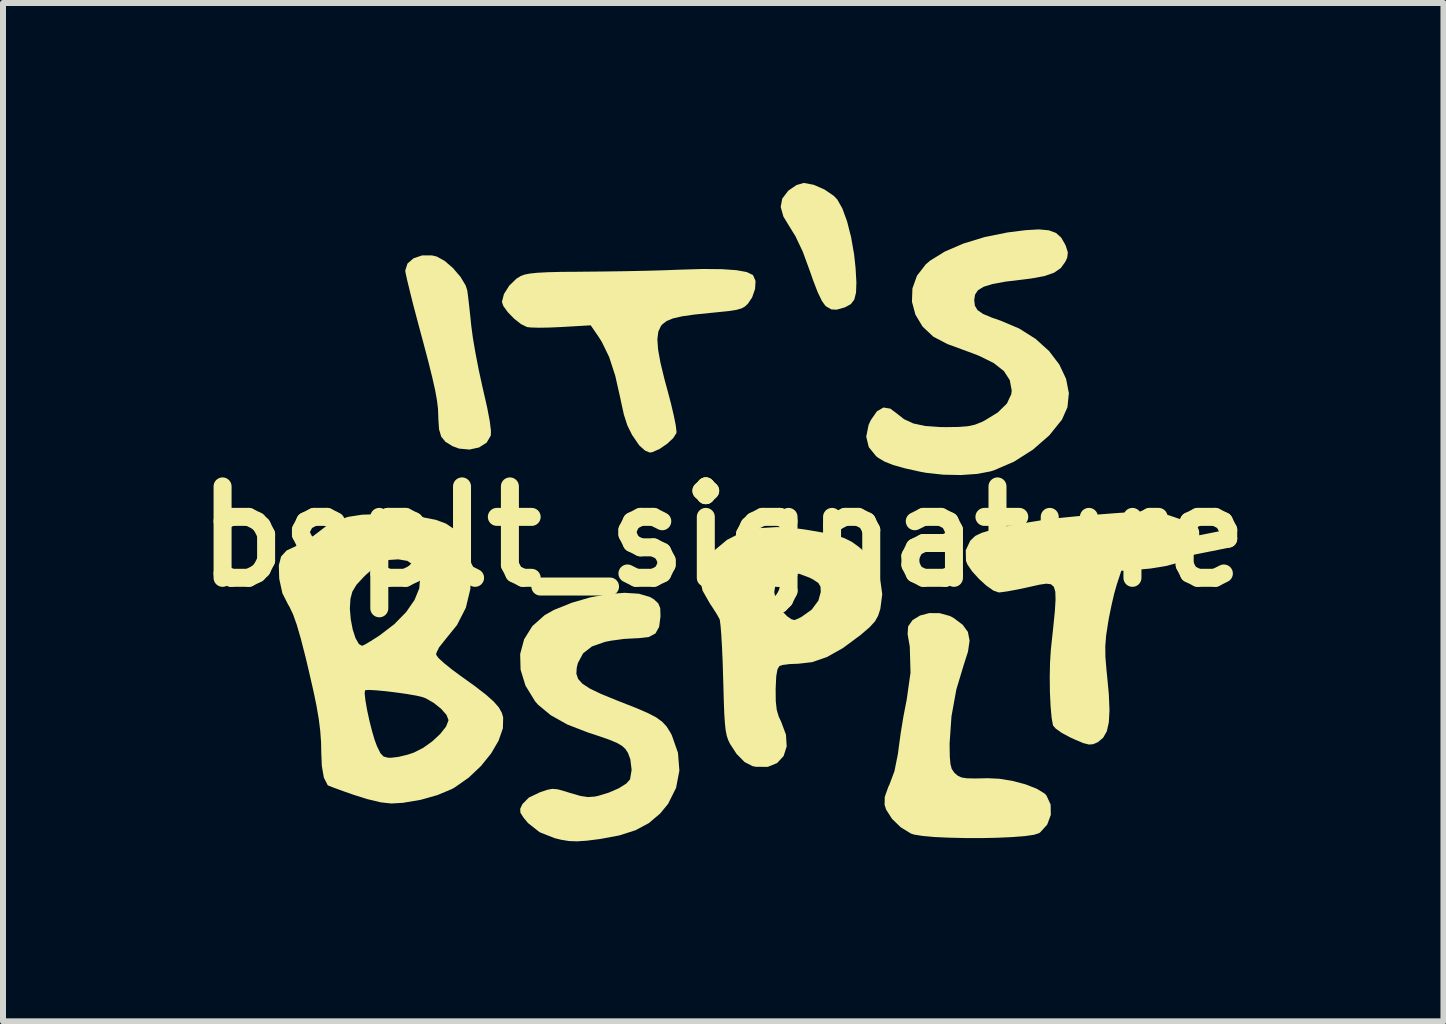
<source format=kicad_pcb>
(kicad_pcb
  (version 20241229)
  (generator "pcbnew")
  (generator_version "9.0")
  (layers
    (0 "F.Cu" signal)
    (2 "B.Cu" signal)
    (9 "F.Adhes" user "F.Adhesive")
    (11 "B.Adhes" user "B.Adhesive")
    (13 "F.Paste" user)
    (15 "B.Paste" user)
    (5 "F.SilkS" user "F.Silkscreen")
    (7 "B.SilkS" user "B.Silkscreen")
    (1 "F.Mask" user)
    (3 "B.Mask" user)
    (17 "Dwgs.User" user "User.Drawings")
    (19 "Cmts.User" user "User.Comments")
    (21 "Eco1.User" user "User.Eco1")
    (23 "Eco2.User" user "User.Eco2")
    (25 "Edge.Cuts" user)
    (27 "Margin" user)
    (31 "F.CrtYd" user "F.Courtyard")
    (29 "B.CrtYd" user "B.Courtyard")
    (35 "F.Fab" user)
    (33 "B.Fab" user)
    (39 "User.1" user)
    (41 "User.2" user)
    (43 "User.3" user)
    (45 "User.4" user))
  (footprint "bsplt_signature"
    (layer "F.Cu")
    (at 9.006 5.893)
    (property "Reference" "bsplt_signature" (at 0 0 0) (layer "F.SilkS") (effects (font (size 1.524 1.524) (thickness 0.3))))
    (attr board_only exclude_from_pos_files exclude_from_bom)
    (fp_poly (pts (xy 1.51 -5.862) (xy 1.688 -5.784) (xy 1.842 -5.679) (xy 1.901 -5.618) (xy 1.985 -5.47) (xy 2.064 -5.255) (xy 2.131 -4.993) (xy 2.182 -4.702) (xy 2.206 -4.477) (xy 2.22 -4.237) (xy 2.214 -4.066) (xy 2.185 -3.949) (xy 2.128 -3.874) (xy 2.04 -3.825) (xy 2.023 -3.818) (xy 1.892 -3.781) (xy 1.803 -3.785) (xy 1.719 -3.833) (xy 1.701 -3.848) (xy 1.645 -3.926) (xy 1.574 -4.074) (xy 1.494 -4.282) (xy 1.447 -4.418) (xy 1.326 -4.748) (xy 1.203 -5.007) (xy 1.121 -5.139) (xy 1.003 -5.333) (xy 0.958 -5.494) (xy 0.984 -5.632) (xy 1.081 -5.76) (xy 1.095 -5.772) (xy 1.221 -5.858) (xy 1.341 -5.893) (xy 1.347 -5.893)) (stroke (width 0) (type solid)) (fill yes) (layer "F.SilkS"))
    (fp_poly (pts (xy -4.774 -4.666) (xy -4.642 -4.593) (xy -4.503 -4.472) (xy -4.379 -4.327) (xy -4.292 -4.182) (xy -4.266 -4.098) (xy -4.253 -4) (xy -4.235 -3.842) (xy -4.214 -3.65) (xy -4.201 -3.52) (xy -4.173 -3.309) (xy -4.128 -3.048) (xy -4.073 -2.765) (xy -4.013 -2.491) (xy -4 -2.435) (xy -3.935 -2.15) (xy -3.892 -1.924) (xy -3.872 -1.764) (xy -3.874 -1.683) (xy -3.944 -1.564) (xy -4.07 -1.484) (xy -4.23 -1.449) (xy -4.404 -1.465) (xy -4.516 -1.507) (xy -4.631 -1.579) (xy -4.701 -1.664) (xy -4.737 -1.785) (xy -4.749 -1.963) (xy -4.75 -2.012) (xy -4.755 -2.132) (xy -4.772 -2.271) (xy -4.803 -2.442) (xy -4.851 -2.655) (xy -4.918 -2.924) (xy -5.007 -3.261) (xy -5.025 -3.326) (xy -5.101 -3.611) (xy -5.17 -3.872) (xy -5.226 -4.098) (xy -5.269 -4.275) (xy -5.295 -4.393) (xy -5.301 -4.433) (xy -5.263 -4.55) (xy -5.163 -4.637) (xy -5.021 -4.685) (xy -4.857 -4.686)) (stroke (width 0) (type solid)) (fill yes) (layer "F.SilkS"))
    (fp_poly (pts (xy 3.607 1.278) (xy 3.777 1.325) (xy 3.843 1.36) (xy 3.992 1.472) (xy 4.079 1.592) (xy 4.107 1.737) (xy 4.08 1.921) (xy 4.009 2.142) (xy 3.886 2.551) (xy 3.805 2.998) (xy 3.774 3.446) (xy 3.774 3.482) (xy 3.777 3.671) (xy 3.788 3.795) (xy 3.81 3.876) (xy 3.848 3.932) (xy 3.859 3.944) (xy 3.911 3.989) (xy 3.973 4.017) (xy 4.061 4.031) (xy 4.196 4.034) (xy 4.396 4.03) (xy 4.398 4.029) (xy 4.606 4.039) (xy 4.828 4.076) (xy 5.042 4.133) (xy 5.226 4.205) (xy 5.356 4.284) (xy 5.388 4.317) (xy 5.458 4.469) (xy 5.461 4.64) (xy 5.401 4.803) (xy 5.282 4.934) (xy 5.266 4.945) (xy 5.18 4.973) (xy 5.025 4.995) (xy 4.817 5.011) (xy 4.571 5.022) (xy 4.303 5.028) (xy 4.029 5.027) (xy 3.764 5.021) (xy 3.523 5.01) (xy 3.323 4.992) (xy 3.18 4.969) (xy 3.129 4.952) (xy 2.959 4.848) (xy 2.814 4.707) (xy 2.716 4.554) (xy 2.69 4.474) (xy 2.693 4.341) (xy 2.752 4.174) (xy 2.773 4.131) (xy 2.854 3.913) (xy 2.912 3.625) (xy 2.926 3.517) (xy 2.959 3.276) (xy 3.003 3.006) (xy 3.051 2.759) (xy 3.058 2.724) (xy 3.122 2.271) (xy 3.11 1.838) (xy 3.074 1.629) (xy 3.082 1.5) (xy 3.156 1.394) (xy 3.28 1.318) (xy 3.435 1.277)) (stroke (width 0) (type solid)) (fill yes) (layer "F.SilkS"))
    (fp_poly (pts (xy -0.021 -4.456) (xy 0.222 -4.439) (xy 0.392 -4.408) (xy 0.49 -4.361) (xy 0.498 -4.354) (xy 0.539 -4.26) (xy 0.531 -4.127) (xy 0.482 -3.985) (xy 0.412 -3.881) (xy 0.364 -3.835) (xy 0.305 -3.802) (xy 0.217 -3.777) (xy 0.085 -3.757) (xy -0.11 -3.737) (xy -0.191 -3.729) (xy -0.475 -3.7) (xy -0.686 -3.67) (xy -0.838 -3.635) (xy -0.943 -3.592) (xy -1.013 -3.538) (xy -1.039 -3.507) (xy -1.082 -3.414) (xy -1.098 -3.288) (xy -1.086 -3.118) (xy -1.046 -2.895) (xy -0.976 -2.608) (xy -0.929 -2.436) (xy -0.87 -2.212) (xy -0.823 -2.012) (xy -0.791 -1.852) (xy -0.779 -1.748) (xy -0.78 -1.724) (xy -0.835 -1.638) (xy -0.939 -1.542) (xy -1.063 -1.458) (xy -1.18 -1.406) (xy -1.224 -1.399) (xy -1.304 -1.432) (xy -1.394 -1.513) (xy -1.413 -1.537) (xy -1.52 -1.694) (xy -1.597 -1.849) (xy -1.656 -2.031) (xy -1.708 -2.268) (xy -1.713 -2.295) (xy -1.8 -2.68) (xy -1.902 -2.993) (xy -2.025 -3.246) (xy -2.077 -3.328) (xy -2.209 -3.52) (xy -2.689 -3.492) (xy -2.892 -3.483) (xy -3.072 -3.48) (xy -3.207 -3.484) (xy -3.27 -3.491) (xy -3.37 -3.54) (xy -3.485 -3.63) (xy -3.591 -3.739) (xy -3.666 -3.843) (xy -3.689 -3.912) (xy -3.655 -4.042) (xy -3.567 -4.181) (xy -3.447 -4.298) (xy -3.375 -4.342) (xy -3.31 -4.366) (xy -3.222 -4.383) (xy -3.098 -4.396) (xy -2.927 -4.405) (xy -2.697 -4.411) (xy -2.397 -4.413) (xy -2.326 -4.414) (xy -1.999 -4.417) (xy -1.647 -4.422) (xy -1.297 -4.429) (xy -0.979 -4.438) (xy -0.742 -4.447) (xy -0.341 -4.459)) (stroke (width 0) (type solid)) (fill yes) (layer "F.SilkS"))
    (fp_poly (pts (xy 7.184 -0.41) (xy 7.271 -0.397) (xy 7.353 -0.377) (xy 7.442 -0.349) (xy 7.527 -0.32) (xy 7.687 -0.264) (xy 7.817 -0.213) (xy 7.894 -0.176) (xy 7.905 -0.168) (xy 7.933 -0.092) (xy 7.936 0.029) (xy 7.915 0.162) (xy 7.873 0.271) (xy 7.868 0.278) (xy 7.774 0.359) (xy 7.608 0.431) (xy 7.387 0.491) (xy 7.124 0.534) (xy 6.975 0.548) (xy 6.636 0.572) (xy 6.561 0.8) (xy 6.519 0.947) (xy 6.473 1.144) (xy 6.43 1.356) (xy 6.416 1.436) (xy 6.383 1.651) (xy 6.369 1.83) (xy 6.371 2.01) (xy 6.389 2.227) (xy 6.396 2.292) (xy 6.428 2.631) (xy 6.439 2.896) (xy 6.428 3.099) (xy 6.394 3.249) (xy 6.334 3.354) (xy 6.249 3.426) (xy 6.236 3.433) (xy 6.166 3.463) (xy 6.096 3.468) (xy 6.004 3.445) (xy 5.868 3.388) (xy 5.781 3.348) (xy 5.645 3.275) (xy 5.543 3.203) (xy 5.497 3.15) (xy 5.474 3.02) (xy 5.457 2.827) (xy 5.446 2.595) (xy 5.443 2.345) (xy 5.448 2.1) (xy 5.462 1.882) (xy 5.466 1.845) (xy 5.502 1.509) (xy 5.528 1.249) (xy 5.54 1.056) (xy 5.536 0.922) (xy 5.511 0.838) (xy 5.462 0.796) (xy 5.387 0.787) (xy 5.28 0.802) (xy 5.14 0.833) (xy 5.069 0.849) (xy 4.889 0.887) (xy 4.73 0.916) (xy 4.619 0.931) (xy 4.592 0.933) (xy 4.503 0.901) (xy 4.386 0.819) (xy 4.262 0.706) (xy 4.149 0.581) (xy 4.07 0.465) (xy 4.047 0.407) (xy 4.043 0.23) (xy 4.117 0.072) (xy 4.201 -0.009) (xy 4.304 -0.059) (xy 4.478 -0.112) (xy 4.709 -0.167) (xy 4.983 -0.219) (xy 5.285 -0.267) (xy 5.601 -0.308) (xy 5.915 -0.339) (xy 6.272 -0.368) (xy 6.556 -0.39) (xy 6.777 -0.405) (xy 6.948 -0.414) (xy 7.08 -0.415)) (stroke (width 0) (type solid)) (fill yes) (layer "F.SilkS"))
    (fp_poly (pts (xy 1.276 -0.128) (xy 1.424 -0.106) (xy 1.684 -0.061) (xy 1.878 -0.018) (xy 2.025 0.03) (xy 2.144 0.09) (xy 2.253 0.168) (xy 2.306 0.213) (xy 2.497 0.433) (xy 2.613 0.687) (xy 2.651 0.962) (xy 2.619 1.207) (xy 2.582 1.322) (xy 2.529 1.416) (xy 2.441 1.512) (xy 2.303 1.631) (xy 2.29 1.642) (xy 1.994 1.861) (xy 1.728 2.01) (xy 1.481 2.095) (xy 1.255 2.121) (xy 1.107 2.127) (xy 0.989 2.142) (xy 0.938 2.159) (xy 0.905 2.212) (xy 0.884 2.328) (xy 0.875 2.517) (xy 0.874 2.55) (xy 0.876 2.747) (xy 0.892 2.889) (xy 0.926 3.004) (xy 0.965 3.086) (xy 1.046 3.304) (xy 1.058 3.499) (xy 1.007 3.66) (xy 0.899 3.777) (xy 0.742 3.841) (xy 0.541 3.839) (xy 0.488 3.828) (xy 0.356 3.76) (xy 0.223 3.625) (xy 0.113 3.456) (xy 0.082 3.392) (xy 0.059 3.322) (xy 0.041 3.233) (xy 0.028 3.112) (xy 0.017 2.946) (xy 0.009 2.723) (xy 0.001 2.429) (xy -0.001 2.375) (xy -0.009 2.1) (xy -0.02 1.851) (xy -0.032 1.641) (xy -0.045 1.483) (xy -0.057 1.391) (xy -0.061 1.378) (xy -0.108 1.293) (xy -0.183 1.176) (xy -0.219 1.123) (xy -0.33 0.928) (xy 0.851 0.928) (xy 0.881 1.077) (xy 0.956 1.219) (xy 1.069 1.333) (xy 1.142 1.382) (xy 1.19 1.393) (xy 1.255 1.366) (xy 1.306 1.34) (xy 1.475 1.219) (xy 1.586 1.07) (xy 1.626 0.926) (xy 1.622 0.837) (xy 1.586 0.776) (xy 1.5 0.718) (xy 1.442 0.688) (xy 1.265 0.622) (xy 1.111 0.625) (xy 0.952 0.698) (xy 0.943 0.704) (xy 0.871 0.796) (xy 0.851 0.928) (xy -0.33 0.928) (xy -0.344 0.903) (xy -0.39 0.704) (xy -0.354 0.515) (xy -0.238 0.328) (xy -0.157 0.24) (xy 0.061 0.058) (xy 0.303 -0.067) (xy 0.579 -0.138) (xy 0.899 -0.157)) (stroke (width 0) (type solid)) (fill yes) (layer "F.SilkS"))
    (fp_poly (pts (xy 5.427 -5.104) (xy 5.547 -5.06) (xy 5.634 -4.982) (xy 5.7 -4.868) (xy 5.711 -4.844) (xy 5.745 -4.735) (xy 5.734 -4.647) (xy 5.703 -4.58) (xy 5.628 -4.475) (xy 5.517 -4.398) (xy 5.356 -4.341) (xy 5.131 -4.3) (xy 4.995 -4.283) (xy 4.705 -4.248) (xy 4.491 -4.209) (xy 4.341 -4.163) (xy 4.247 -4.105) (xy 4.198 -4.032) (xy 4.184 -3.941) (xy 4.195 -3.847) (xy 4.239 -3.774) (xy 4.329 -3.711) (xy 4.479 -3.648) (xy 4.618 -3.6) (xy 4.933 -3.467) (xy 5.207 -3.294) (xy 5.432 -3.091) (xy 5.603 -2.866) (xy 5.715 -2.629) (xy 5.762 -2.389) (xy 5.738 -2.154) (xy 5.647 -1.948) (xy 5.436 -1.686) (xy 5.163 -1.448) (xy 4.849 -1.248) (xy 4.516 -1.104) (xy 4.455 -1.085) (xy 4.234 -1.043) (xy 3.962 -1.024) (xy 3.669 -1.03) (xy 3.385 -1.061) (xy 3.286 -1.079) (xy 3.026 -1.137) (xy 2.833 -1.191) (xy 2.692 -1.247) (xy 2.585 -1.31) (xy 2.548 -1.339) (xy 2.426 -1.49) (xy 2.384 -1.664) (xy 2.423 -1.859) (xy 2.459 -1.938) (xy 2.562 -2.086) (xy 2.671 -2.15) (xy 2.786 -2.131) (xy 2.876 -2.064) (xy 3.013 -1.956) (xy 3.17 -1.884) (xy 3.366 -1.842) (xy 3.619 -1.824) (xy 3.722 -1.823) (xy 3.929 -1.826) (xy 4.078 -1.838) (xy 4.194 -1.863) (xy 4.304 -1.906) (xy 4.351 -1.929) (xy 4.577 -2.067) (xy 4.729 -2.216) (xy 4.802 -2.372) (xy 4.809 -2.433) (xy 4.777 -2.606) (xy 4.679 -2.757) (xy 4.509 -2.891) (xy 4.262 -3.013) (xy 4.156 -3.054) (xy 3.987 -3.116) (xy 3.817 -3.179) (xy 3.74 -3.206) (xy 3.503 -3.33) (xy 3.324 -3.498) (xy 3.204 -3.697) (xy 3.146 -3.914) (xy 3.154 -4.135) (xy 3.23 -4.347) (xy 3.377 -4.537) (xy 3.45 -4.599) (xy 3.695 -4.75) (xy 4.004 -4.883) (xy 4.357 -4.991) (xy 4.733 -5.067) (xy 4.746 -5.069) (xy 5.039 -5.106) (xy 5.262 -5.119)) (stroke (width 0) (type solid)) (fill yes) (layer "F.SilkS"))
    (fp_poly (pts (xy -1.407 0.954) (xy -1.222 1.008) (xy -1.157 1.046) (xy -1.083 1.115) (xy -1.05 1.194) (xy -1.046 1.32) (xy -1.046 1.334) (xy -1.068 1.506) (xy -1.129 1.616) (xy -1.241 1.676) (xy -1.418 1.696) (xy -1.459 1.697) (xy -1.656 1.708) (xy -1.869 1.737) (xy -1.971 1.757) (xy -2.188 1.833) (xy -2.335 1.947) (xy -2.422 2.108) (xy -2.442 2.188) (xy -2.448 2.288) (xy -2.419 2.374) (xy -2.347 2.455) (xy -2.222 2.536) (xy -2.035 2.626) (xy -1.778 2.731) (xy -1.719 2.754) (xy -1.457 2.857) (xy -1.262 2.941) (xy -1.12 3.014) (xy -1.019 3.087) (xy -0.945 3.166) (xy -0.885 3.261) (xy -0.857 3.313) (xy -0.754 3.607) (xy -0.731 3.903) (xy -0.786 4.191) (xy -0.919 4.457) (xy -1.051 4.618) (xy -1.24 4.778) (xy -1.462 4.897) (xy -1.735 4.984) (xy -2.053 5.043) (xy -2.273 5.071) (xy -2.437 5.082) (xy -2.572 5.077) (xy -2.705 5.055) (xy -2.813 5.028) (xy -3.06 4.93) (xy -3.253 4.778) (xy -3.325 4.692) (xy -3.381 4.605) (xy -3.384 4.539) (xy -3.347 4.461) (xy -3.241 4.353) (xy -3.059 4.266) (xy -2.938 4.224) (xy -2.85 4.207) (xy -2.762 4.214) (xy -2.643 4.247) (xy -2.551 4.276) (xy -2.381 4.325) (xy -2.256 4.344) (xy -2.142 4.336) (xy -2.085 4.324) (xy -1.905 4.269) (xy -1.742 4.198) (xy -1.617 4.12) (xy -1.553 4.049) (xy -1.553 4.048) (xy -1.527 3.891) (xy -1.548 3.715) (xy -1.587 3.61) (xy -1.628 3.546) (xy -1.685 3.492) (xy -1.772 3.441) (xy -1.904 3.386) (xy -2.095 3.32) (xy -2.268 3.263) (xy -2.6 3.134) (xy -2.876 2.979) (xy -3.085 2.806) (xy -3.136 2.748) (xy -3.296 2.487) (xy -3.378 2.221) (xy -3.385 1.96) (xy -3.319 1.714) (xy -3.182 1.494) (xy -2.976 1.311) (xy -2.823 1.225) (xy -2.525 1.105) (xy -2.219 1.016) (xy -1.921 0.96) (xy -1.645 0.939)) (stroke (width 0) (type solid)) (fill yes) (layer "F.SilkS"))
    (fp_poly (pts (xy -5.401 -0.357) (xy -5.296 -0.35) (xy -5.008 -0.32) (xy -4.788 -0.277) (xy -4.62 -0.214) (xy -4.489 -0.125) (xy -4.377 -0.003) (xy -4.351 0.033) (xy -4.281 0.147) (xy -4.239 0.265) (xy -4.216 0.42) (xy -4.208 0.52) (xy -4.215 0.874) (xy -4.29 1.187) (xy -4.437 1.475) (xy -4.654 1.744) (xy -4.737 1.849) (xy -4.782 1.941) (xy -4.785 1.973) (xy -4.746 2.027) (xy -4.651 2.114) (xy -4.516 2.222) (xy -4.389 2.316) (xy -4.142 2.493) (xy -3.958 2.635) (xy -3.827 2.751) (xy -3.741 2.849) (xy -3.69 2.94) (xy -3.668 3.019) (xy -3.673 3.198) (xy -3.744 3.402) (xy -3.869 3.617) (xy -4.039 3.827) (xy -4.243 4.02) (xy -4.471 4.18) (xy -4.525 4.211) (xy -4.764 4.311) (xy -5.048 4.391) (xy -5.341 4.44) (xy -5.534 4.451) (xy -5.708 4.432) (xy -5.938 4.377) (xy -6.165 4.305) (xy -6.338 4.244) (xy -6.479 4.193) (xy -6.569 4.158) (xy -6.593 4.147) (xy -6.657 4.021) (xy -6.691 3.828) (xy -6.7 3.618) (xy -6.704 3.426) (xy -6.718 3.237) (xy -6.743 3.037) (xy -6.783 2.808) (xy -6.822 2.619) (xy -5.977 2.619) (xy -5.964 2.735) (xy -5.937 2.89) (xy -5.899 3.066) (xy -5.855 3.241) (xy -5.81 3.394) (xy -5.772 3.496) (xy -5.715 3.612) (xy -5.661 3.669) (xy -5.587 3.688) (xy -5.538 3.689) (xy -5.412 3.674) (xy -5.254 3.635) (xy -5.158 3.603) (xy -5.004 3.525) (xy -4.851 3.416) (xy -4.717 3.291) (xy -4.62 3.169) (xy -4.58 3.066) (xy -4.58 3.058) (xy -4.614 2.973) (xy -4.704 2.871) (xy -4.827 2.773) (xy -4.96 2.697) (xy -5.011 2.678) (xy -5.116 2.653) (xy -5.266 2.627) (xy -5.441 2.602) (xy -5.619 2.58) (xy -5.781 2.565) (xy -5.904 2.558) (xy -5.968 2.563) (xy -5.971 2.565) (xy -5.977 2.619) (xy -6.822 2.619) (xy -6.84 2.537) (xy -6.916 2.207) (xy -6.959 2.025) (xy -7.039 1.713) (xy -7.108 1.474) (xy -7.171 1.297) (xy -7.216 1.203) (xy -6.224 1.203) (xy -6.209 1.381) (xy -6.176 1.552) (xy -6.129 1.696) (xy -6.073 1.793) (xy -6.021 1.823) (xy -5.972 1.801) (xy -5.874 1.743) (xy -5.746 1.661) (xy -5.73 1.651) (xy -5.482 1.461) (xy -5.286 1.261) (xy -5.146 1.059) (xy -5.067 0.865) (xy -5.052 0.688) (xy -5.108 0.537) (xy -5.15 0.486) (xy -5.264 0.407) (xy -5.412 0.382) (xy -5.429 0.382) (xy -5.567 0.391) (xy -5.685 0.429) (xy -5.805 0.506) (xy -5.951 0.634) (xy -5.988 0.67) (xy -6.113 0.804) (xy -6.183 0.921) (xy -6.214 1.039) (xy -6.224 1.203) (xy -7.216 1.203) (xy -7.231 1.171) (xy -7.253 1.135) (xy -7.348 0.948) (xy -7.398 0.722) (xy -7.402 0.69) (xy -7.408 0.481) (xy -7.37 0.334) (xy -7.279 0.234) (xy -7.136 0.167) (xy -7.005 0.106) (xy -6.862 0.014) (xy -6.809 -0.027) (xy -6.631 -0.163) (xy -6.451 -0.262) (xy -6.253 -0.327) (xy -6.022 -0.363) (xy -5.743 -0.372)) (stroke (width 0) (type solid)) (fill yes) (layer "F.SilkS")))
  (gr_rect
    (start -3 -3)
    (end 21.012 13.976)
    (stroke (width 0.1) (type default))
    (fill no)
    (layer "Edge.Cuts")))
</source>
